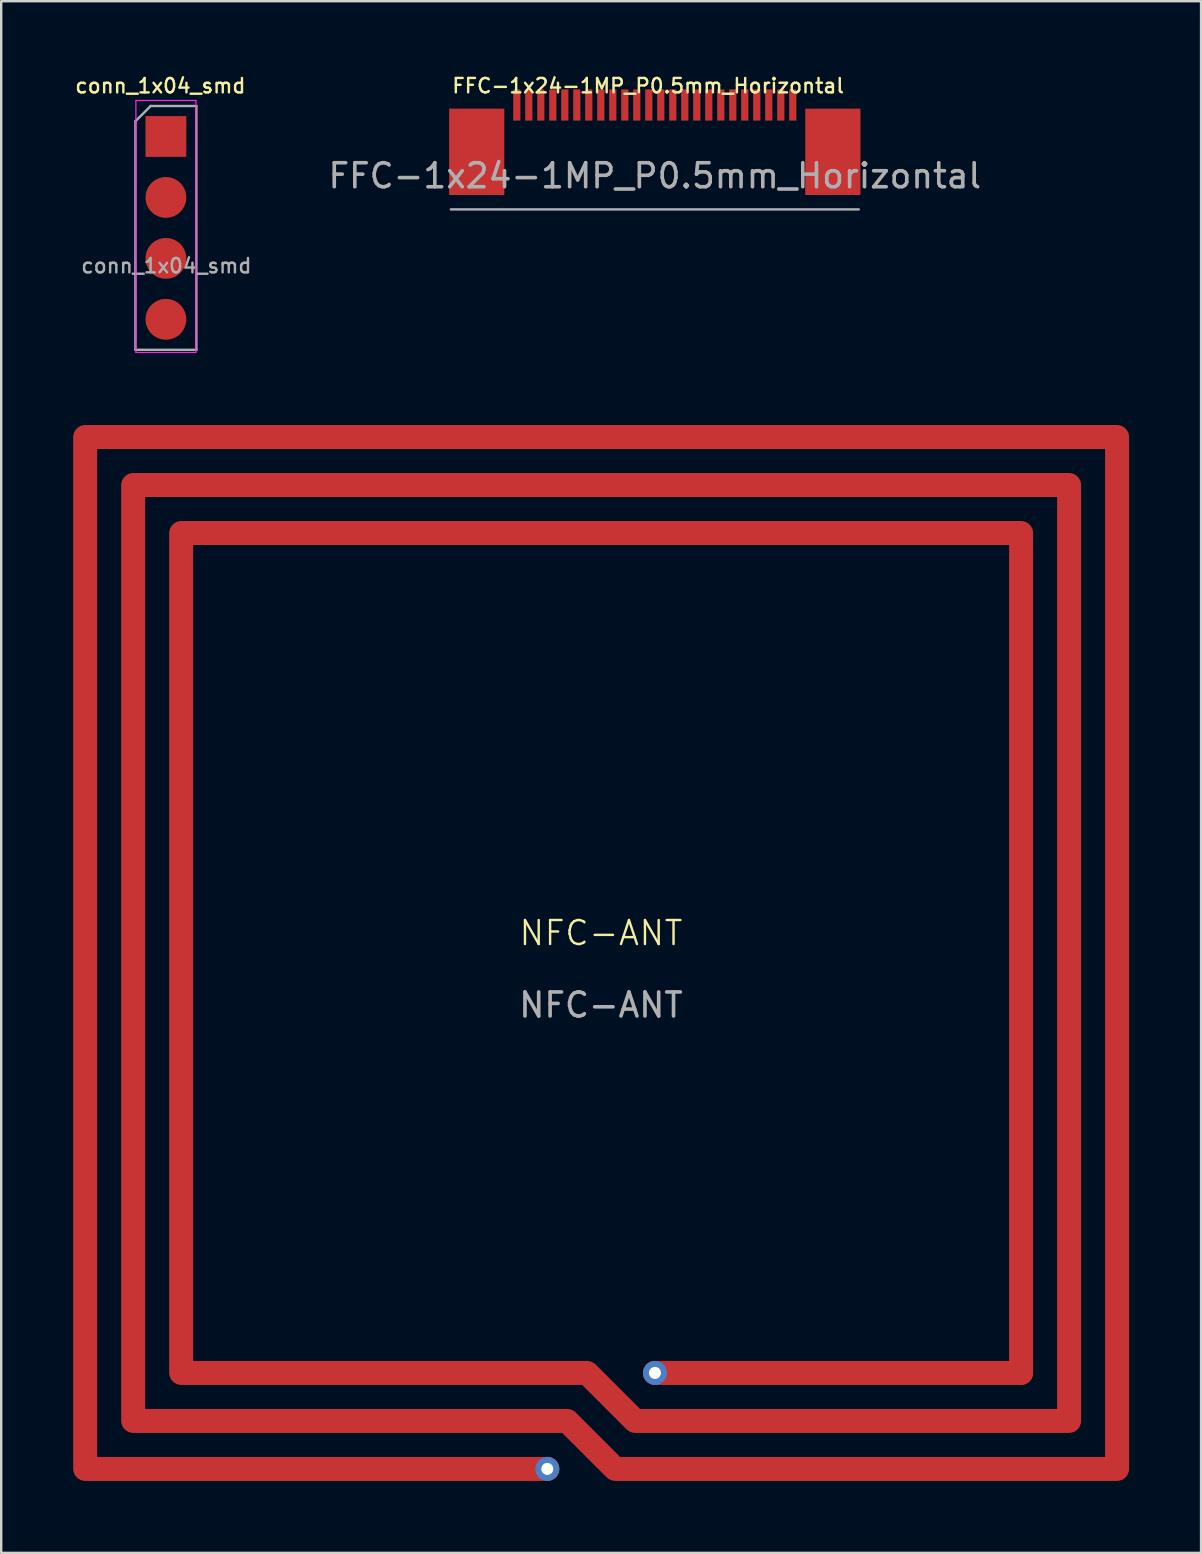
<source format=kicad_pcb>
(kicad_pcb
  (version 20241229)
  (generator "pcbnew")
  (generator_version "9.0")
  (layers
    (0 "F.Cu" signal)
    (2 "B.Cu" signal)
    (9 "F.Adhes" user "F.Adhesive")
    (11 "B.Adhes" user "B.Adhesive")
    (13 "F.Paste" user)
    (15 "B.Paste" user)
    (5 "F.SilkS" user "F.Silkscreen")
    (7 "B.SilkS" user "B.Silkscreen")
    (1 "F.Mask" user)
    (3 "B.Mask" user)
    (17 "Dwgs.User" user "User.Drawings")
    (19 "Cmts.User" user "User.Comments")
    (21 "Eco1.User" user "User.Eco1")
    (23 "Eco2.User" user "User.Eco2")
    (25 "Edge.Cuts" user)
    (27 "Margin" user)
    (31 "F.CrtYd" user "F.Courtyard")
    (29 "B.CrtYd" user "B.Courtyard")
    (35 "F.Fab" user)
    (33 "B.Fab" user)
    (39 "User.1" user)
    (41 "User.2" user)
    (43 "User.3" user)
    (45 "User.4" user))
  (footprint "NFC-ANT"
    (layer "F.Cu")
    (at 22 36.661)
    (property "Reference" "NFC-ANT" (at -0.007 -0.83 0) (unlocked yes) (layer "F.SilkS") (effects (font (size 1 1) (thickness 0.1))))
    (attr smd)
    (fp_text user "${REFERENCE}" (at -0.007 2.17 0) (unlocked yes) (layer "F.Fab") (effects (font (size 1 1) (thickness 0.15))))
    (pad "1" thru_hole circle (at -2.243 21.5) (size 1 1) (drill 0.5) (layers "*.Cu" "*.Mask"))
    (pad "1" smd custom (at -2.243 21.5) (size 1 1) (layers "F.Cu") (options (anchor circle)) (primitives (gr_line (start 0 0) (end -19.257 0) (width 1)) (gr_line (start -19.257 0) (end -19.257 -43) (width 1)) (gr_line (start -19.257 -43) (end 23.743 -43) (width 1)) (gr_line (start 23.743 -43) (end 23.743 0) (width 1)) (gr_line (start 23.743 0) (end 2.828 0) (width 1)) (gr_line (start 2.828 0) (end 0.828 -2) (width 1)) (gr_line (start 0.828 -2) (end -17.257 -2) (width 1)) (gr_line (start -17.257 -2) (end -17.257 -41) (width 1)) (gr_line (start -17.257 -41) (end 21.743 -41) (width 1)) (gr_line (start 21.743 -41) (end 21.743 -2) (width 1)) (gr_line (start 21.743 -2) (end 3.657 -2) (width 1)) (gr_line (start 3.657 -2) (end 1.657 -4) (width 1)) (gr_line (start 1.657 -4) (end -15.257 -4) (width 1)) (gr_line (start -15.257 -4) (end -15.257 -39) (width 1)) (gr_line (start -15.257 -39) (end 19.743 -39) (width 1)) (gr_line (start 19.743 -39) (end 19.743 -4) (width 1))))
    (pad "2" thru_hole circle (at 2.243 17.5) (size 1 1) (drill 0.5) (layers "*.Cu" "*.Mask"))
    (pad "2" smd custom (at 2.243 17.5) (size 1 1) (layers "F.Cu") (options (anchor circle)) (primitives (gr_line (start 0 0) (end 15.257 0) (width 1)))))
  (footprint "FFC-1x24-1MP_P0.5mm_Horizontal"
    (layer "F.Cu")
    (at 24.236 1.776)
    (property "Reference" "FFC-1x24-1MP_P0.5mm_Horizontal" (at -8.5 -1.25 0) (unlocked yes) (layer "F.SilkS") (effects (font (size 0.6 0.6) (thickness 0.1)) (justify left)))
    (attr smd)
    (fp_line (start -8.5 3.9) (end 8.5 3.9) (stroke (width 0.1) (type default)) (layer "F.Fab"))
    (fp_text user "${REFERENCE}" (at 0 2.5 0) (unlocked yes) (layer "F.Fab") (effects (font (size 1 1) (thickness 0.15))))
    (pad "1" smd rect (at 5.75 -0.45 180) (size 0.3 1.3) (layers "F.Cu" "F.Mask" "F.Paste"))
    (pad "2" smd rect (at 5.25 -0.45 180) (size 0.3 1.3) (layers "F.Cu" "F.Mask" "F.Paste"))
    (pad "3" smd rect (at 4.75 -0.45 180) (size 0.3 1.3) (layers "F.Cu" "F.Mask" "F.Paste"))
    (pad "4" smd rect (at 4.25 -0.45 180) (size 0.3 1.3) (layers "F.Cu" "F.Mask" "F.Paste"))
    (pad "5" smd rect (at 3.75 -0.45 180) (size 0.3 1.3) (layers "F.Cu" "F.Mask" "F.Paste"))
    (pad "6" smd rect (at 3.25 -0.45 180) (size 0.3 1.3) (layers "F.Cu" "F.Mask" "F.Paste"))
    (pad "7" smd rect (at 2.75 -0.45 180) (size 0.3 1.3) (layers "F.Cu" "F.Mask" "F.Paste"))
    (pad "8" smd rect (at 2.25 -0.45 180) (size 0.3 1.3) (layers "F.Cu" "F.Mask" "F.Paste"))
    (pad "9" smd rect (at 1.75 -0.45 180) (size 0.3 1.3) (layers "F.Cu" "F.Mask" "F.Paste"))
    (pad "10" smd rect (at 1.25 -0.45 180) (size 0.3 1.3) (layers "F.Cu" "F.Mask" "F.Paste"))
    (pad "11" smd rect (at 0.75 -0.45 180) (size 0.3 1.3) (layers "F.Cu" "F.Mask" "F.Paste"))
    (pad "12" smd rect (at 0.25 -0.45 180) (size 0.3 1.3) (layers "F.Cu" "F.Mask" "F.Paste"))
    (pad "13" smd rect (at -0.25 -0.45 180) (size 0.3 1.3) (layers "F.Cu" "F.Mask" "F.Paste"))
    (pad "14" smd rect (at -0.75 -0.45 180) (size 0.3 1.3) (layers "F.Cu" "F.Mask" "F.Paste"))
    (pad "15" smd rect (at -1.25 -0.45 180) (size 0.3 1.3) (layers "F.Cu" "F.Mask" "F.Paste"))
    (pad "16" smd rect (at -1.75 -0.45 180) (size 0.3 1.3) (layers "F.Cu" "F.Mask" "F.Paste"))
    (pad "17" smd rect (at -2.25 -0.45 180) (size 0.3 1.3) (layers "F.Cu" "F.Mask" "F.Paste"))
    (pad "18" smd rect (at -2.75 -0.45 180) (size 0.3 1.3) (layers "F.Cu" "F.Mask" "F.Paste"))
    (pad "19" smd rect (at -3.25 -0.45 180) (size 0.3 1.3) (layers "F.Cu" "F.Mask" "F.Paste"))
    (pad "20" smd rect (at -3.75 -0.45 180) (size 0.3 1.3) (layers "F.Cu" "F.Mask" "F.Paste"))
    (pad "21" smd rect (at -4.25 -0.45 180) (size 0.3 1.3) (layers "F.Cu" "F.Mask" "F.Paste"))
    (pad "22" smd rect (at -4.75 -0.45 180) (size 0.3 1.3) (layers "F.Cu" "F.Mask" "F.Paste"))
    (pad "23" smd rect (at -5.25 -0.45 180) (size 0.3 1.3) (layers "F.Cu" "F.Mask" "F.Paste"))
    (pad "24" smd rect (at -5.75 -0.45 180) (size 0.3 1.3) (layers "F.Cu" "F.Mask" "F.Paste"))
    (pad "MP" smd rect (at -7.42 1.5) (size 2.3 3.6) (layers "F.Cu" "F.Mask" "F.Paste"))
    (pad "MP" smd rect (at 7.42 1.5) (size 2.3 3.6) (layers "F.Cu" "F.Mask" "F.Paste")))
  (footprint "conn_1x04_smd"
    (layer "F.Cu")
    (at 3.883 6.527)
    (property "Reference" "conn_1x04_smd" (at -0.25 -6 0) (unlocked yes) (layer "F.SilkS") (effects (font (size 0.6 0.6) (thickness 0.1))))
    (attr smd)
    (fp_line (start -1.27 -5.39) (end -1.27 5.11) (stroke (width 0.05) (type solid)) (layer "F.CrtYd"))
    (fp_line (start -1.27 5.11) (end 1.23 5.11) (stroke (width 0.05) (type solid)) (layer "F.CrtYd"))
    (fp_line (start 1.23 -5.39) (end -1.27 -5.39) (stroke (width 0.05) (type solid)) (layer "F.CrtYd"))
    (fp_line (start 1.23 5.11) (end 1.23 -5.39) (stroke (width 0.05) (type solid)) (layer "F.CrtYd"))
    (fp_line (start -1.29 -4.525) (end -0.655 -5.16) (stroke (width 0.1) (type solid)) (layer "F.Fab"))
    (fp_line (start -1.29 5) (end -1.29 -4.525) (stroke (width 0.1) (type solid)) (layer "F.Fab"))
    (fp_line (start -0.655 -5.16) (end 1.25 -5.16) (stroke (width 0.1) (type solid)) (layer "F.Fab"))
    (fp_line (start 1.25 -5.16) (end 1.25 5) (stroke (width 0.1) (type solid)) (layer "F.Fab"))
    (fp_line (start 1.25 5) (end -1.29 5) (stroke (width 0.1) (type solid)) (layer "F.Fab"))
    (fp_text user "${REFERENCE}" (at 0 1.5 0) (unlocked yes) (layer "F.Fab") (effects (font (size 0.6 0.6) (thickness 0.1))))
    (pad "1" smd rect (at -0.02 -3.89) (size 1.7 1.7) (layers "F.Cu" "F.Mask" "F.Paste"))
    (pad "2" smd circle (at -0.02 -1.35) (size 1.7 1.7) (layers "F.Cu" "F.Mask" "F.Paste"))
    (pad "3" smd circle (at -0.02 1.19) (size 1.7 1.7) (layers "F.Cu" "F.Mask" "F.Paste"))
    (pad "4" smd circle (at -0.02 3.73) (size 1.7 1.7) (layers "F.Cu" "F.Mask" "F.Paste")))
  (gr_rect
    (start -3 -3)
    (end 47 61.661)
    (stroke (width 0.1) (type default))
    (fill no)
    (layer "Edge.Cuts")))
</source>
